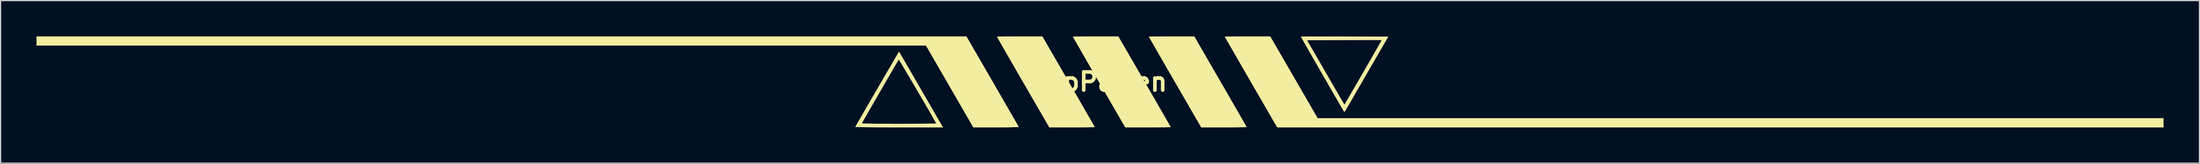
<source format=kicad_pcb>
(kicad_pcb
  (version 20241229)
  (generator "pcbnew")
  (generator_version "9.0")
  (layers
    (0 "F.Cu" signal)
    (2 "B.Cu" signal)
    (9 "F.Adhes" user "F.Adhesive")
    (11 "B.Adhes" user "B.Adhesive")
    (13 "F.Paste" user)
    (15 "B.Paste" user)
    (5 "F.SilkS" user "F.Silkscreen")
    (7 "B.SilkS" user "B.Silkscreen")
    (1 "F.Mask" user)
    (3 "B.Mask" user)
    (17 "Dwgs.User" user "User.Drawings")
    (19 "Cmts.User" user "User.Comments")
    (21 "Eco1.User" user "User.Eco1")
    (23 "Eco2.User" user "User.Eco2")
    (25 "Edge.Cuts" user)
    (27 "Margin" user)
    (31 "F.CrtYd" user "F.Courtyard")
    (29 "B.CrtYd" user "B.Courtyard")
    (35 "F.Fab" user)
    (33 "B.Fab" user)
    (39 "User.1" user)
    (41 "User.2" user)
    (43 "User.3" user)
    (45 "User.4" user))
  (footprint "TopPatten"
    (layer "F.Cu")
    (at 88.905 3.815)
    (property "Reference" "TopPatten" (at 0 0 0) (layer "F.SilkS") (effects (font (size 1.524 1.524) (thickness 0.3))))
    (attr through_hole)
    (fp_poly (pts (xy -8.972 -0.039) (xy -8.672 0.481) (xy -8.384 0.98) (xy -8.111 1.454) (xy -7.855 1.898) (xy -7.619 2.307) (xy -7.407 2.675) (xy -7.221 2.999) (xy -7.064 3.272) (xy -6.939 3.491) (xy -6.848 3.65) (xy -6.794 3.745) (xy -6.78 3.771) (xy -6.818 3.78) (xy -6.936 3.788) (xy -7.127 3.795) (xy -7.387 3.801) (xy -7.71 3.806) (xy -8.092 3.809) (xy -8.526 3.81) (xy -8.67 3.81) (xy -10.575 3.81) (xy -14.534 -3.048) (xy -88.9 -3.048) (xy -88.9 -3.81) (xy -11.15 -3.81) (xy -8.972 -0.039)) (stroke (width 0.01) (type solid)) (fill yes) (layer "F.SilkS"))
    (fp_poly (pts (xy 16.236 -0.381) (xy 18.216 3.048) (xy 88.942 3.048) (xy 88.942 3.81) (xy 14.832 3.81) (xy 12.644 0.022) (xy 12.344 -0.499) (xy 12.055 -0.999) (xy 11.782 -1.473) (xy 11.526 -1.917) (xy 11.291 -2.325) (xy 11.08 -2.694) (xy 10.894 -3.017) (xy 10.738 -3.29) (xy 10.613 -3.509) (xy 10.523 -3.668) (xy 10.47 -3.762) (xy 10.456 -3.788) (xy 10.497 -3.793) (xy 10.614 -3.797) (xy 10.799 -3.801) (xy 11.043 -3.804) (xy 11.338 -3.807) (xy 11.676 -3.809) (xy 12.047 -3.81) (xy 12.356 -3.81) (xy 14.255 -3.81) (xy 16.236 -0.381)) (stroke (width 0.01) (type solid)) (fill yes) (layer "F.SilkS"))
    (fp_poly (pts (xy -2.611 -0.022) (xy -2.311 0.499) (xy -2.022 0.999) (xy -1.749 1.473) (xy -1.493 1.917) (xy -1.258 2.325) (xy -1.047 2.694) (xy -0.861 3.017) (xy -0.705 3.29) (xy -0.58 3.509) (xy -0.49 3.668) (xy -0.437 3.762) (xy -0.423 3.788) (xy -0.464 3.793) (xy -0.581 3.797) (xy -0.766 3.801) (xy -1.01 3.804) (xy -1.305 3.807) (xy -1.643 3.809) (xy -2.014 3.81) (xy -2.323 3.81) (xy -4.222 3.81) (xy -6.408 0.026) (xy -6.709 -0.495) (xy -6.997 -0.994) (xy -7.27 -1.469) (xy -7.526 -1.913) (xy -7.76 -2.321) (xy -7.972 -2.689) (xy -8.157 -3.013) (xy -8.313 -3.286) (xy -8.438 -3.505) (xy -8.528 -3.664) (xy -8.58 -3.758) (xy -8.594 -3.784) (xy -8.553 -3.789) (xy -8.436 -3.794) (xy -8.251 -3.799) (xy -8.007 -3.803) (xy -7.712 -3.806) (xy -7.374 -3.808) (xy -7.003 -3.81) (xy -6.697 -3.81) (xy -4.799 -3.81) (xy -2.611 -0.022)) (stroke (width 0.01) (type solid)) (fill yes) (layer "F.SilkS"))
    (fp_poly (pts (xy 3.74 -0.023) (xy 4.04 0.498) (xy 4.329 0.998) (xy 4.602 1.472) (xy 4.857 1.916) (xy 5.092 2.324) (xy 5.304 2.693) (xy 5.489 3.016) (xy 5.646 3.289) (xy 5.77 3.508) (xy 5.86 3.667) (xy 5.913 3.761) (xy 5.927 3.787) (xy 5.886 3.792) (xy 5.769 3.796) (xy 5.584 3.8) (xy 5.34 3.804) (xy 5.045 3.806) (xy 4.707 3.808) (xy 4.336 3.81) (xy 4.028 3.81) (xy 2.128 3.81) (xy -0.058 0.024) (xy -0.358 -0.497) (xy -0.646 -0.997) (xy -0.92 -1.471) (xy -1.175 -1.915) (xy -1.41 -2.323) (xy -1.621 -2.692) (xy -1.807 -3.015) (xy -1.963 -3.289) (xy -2.088 -3.507) (xy -2.178 -3.666) (xy -2.23 -3.76) (xy -2.244 -3.786) (xy -2.203 -3.791) (xy -2.086 -3.796) (xy -1.901 -3.8) (xy -1.657 -3.803) (xy -1.362 -3.806) (xy -1.024 -3.808) (xy -0.653 -3.81) (xy -0.346 -3.81) (xy 1.553 -3.81) (xy 3.74 -0.023)) (stroke (width 0.01) (type solid)) (fill yes) (layer "F.SilkS"))
    (fp_poly (pts (xy 10.09 -0.024) (xy 10.391 0.496) (xy 10.679 0.996) (xy 10.952 1.471) (xy 11.208 1.915) (xy 11.443 2.323) (xy 11.654 2.691) (xy 11.84 3.015) (xy 11.996 3.288) (xy 12.121 3.507) (xy 12.211 3.666) (xy 12.263 3.76) (xy 12.277 3.786) (xy 12.236 3.791) (xy 12.119 3.796) (xy 11.934 3.8) (xy 11.69 3.803) (xy 11.395 3.806) (xy 11.057 3.808) (xy 10.686 3.81) (xy 10.379 3.81) (xy 8.48 3.81) (xy 6.293 0.023) (xy 5.993 -0.498) (xy 5.704 -0.998) (xy 5.431 -1.472) (xy 5.176 -1.916) (xy 4.941 -2.324) (xy 4.729 -2.693) (xy 4.544 -3.016) (xy 4.387 -3.289) (xy 4.263 -3.508) (xy 4.173 -3.667) (xy 4.12 -3.761) (xy 4.106 -3.787) (xy 4.147 -3.792) (xy 4.264 -3.796) (xy 4.449 -3.8) (xy 4.693 -3.804) (xy 4.988 -3.806) (xy 5.326 -3.808) (xy 5.697 -3.81) (xy 6.005 -3.81) (xy 7.904 -3.81) (xy 10.09 -0.024)) (stroke (width 0.01) (type solid)) (fill yes) (layer "F.SilkS"))
    (fp_poly (pts (xy 19.023 -3.803) (xy 19.523 -3.802) (xy 20.053 -3.801) (xy 20.477 -3.8) (xy 24.118 -3.789) (xy 22.429 -0.868) (xy 22.162 -0.405) (xy 21.904 0.042) (xy 21.659 0.466) (xy 21.43 0.861) (xy 21.222 1.222) (xy 21.038 1.542) (xy 20.88 1.814) (xy 20.754 2.034) (xy 20.662 2.194) (xy 20.608 2.289) (xy 20.6 2.302) (xy 20.527 2.421) (xy 20.469 2.497) (xy 20.437 2.515) (xy 20.437 2.514) (xy 20.348 2.364) (xy 20.228 2.158) (xy 20.08 1.904) (xy 19.907 1.606) (xy 19.714 1.272) (xy 19.504 0.907) (xy 19.28 0.519) (xy 19.047 0.114) (xy 18.808 -0.301) (xy 18.566 -0.721) (xy 18.327 -1.139) (xy 18.092 -1.549) (xy 17.866 -1.944) (xy 17.653 -2.317) (xy 17.455 -2.662) (xy 17.278 -2.974) (xy 17.124 -3.244) (xy 16.998 -3.468) (xy 16.984 -3.493) (xy 17.326 -3.493) (xy 18.855 -0.847) (xy 19.153 -0.331) (xy 19.412 0.117) (xy 19.634 0.501) (xy 19.822 0.826) (xy 19.979 1.097) (xy 20.108 1.319) (xy 20.212 1.497) (xy 20.293 1.635) (xy 20.354 1.739) (xy 20.398 1.812) (xy 20.428 1.861) (xy 20.447 1.889) (xy 20.458 1.902) (xy 20.463 1.904) (xy 20.466 1.901) (xy 20.468 1.897) (xy 20.491 1.859) (xy 20.553 1.754) (xy 20.65 1.587) (xy 20.78 1.363) (xy 20.938 1.09) (xy 21.122 0.772) (xy 21.329 0.415) (xy 21.554 0.026) (xy 21.795 -0.391) (xy 22.032 -0.8) (xy 22.283 -1.236) (xy 22.522 -1.651) (xy 22.745 -2.038) (xy 22.947 -2.393) (xy 23.127 -2.708) (xy 23.281 -2.979) (xy 23.405 -3.199) (xy 23.496 -3.363) (xy 23.551 -3.465) (xy 23.567 -3.499) (xy 23.523 -3.501) (xy 23.401 -3.503) (xy 23.208 -3.505) (xy 22.95 -3.506) (xy 22.634 -3.506) (xy 22.267 -3.507) (xy 21.854 -3.507) (xy 21.404 -3.506) (xy 20.923 -3.505) (xy 20.438 -3.503) (xy 17.326 -3.493) (xy 16.984 -3.493) (xy 16.902 -3.638) (xy 16.841 -3.749) (xy 16.818 -3.793) (xy 16.818 -3.793) (xy 16.862 -3.796) (xy 16.984 -3.798) (xy 17.179 -3.8) (xy 17.44 -3.801) (xy 17.761 -3.802) (xy 18.136 -3.803) (xy 18.559 -3.803) (xy 19.023 -3.803)) (stroke (width 0.01) (type solid)) (fill yes) (layer "F.SilkS"))
    (fp_poly (pts (xy -16.76 -2.492) (xy -16.699 -2.387) (xy -16.601 -2.219) (xy -16.471 -1.995) (xy -16.311 -1.718) (xy -16.125 -1.396) (xy -15.915 -1.034) (xy -15.685 -0.636) (xy -15.438 -0.209) (xy -15.177 0.243) (xy -15.048 0.466) (xy -14.779 0.932) (xy -14.52 1.38) (xy -14.275 1.804) (xy -14.047 2.198) (xy -13.84 2.557) (xy -13.657 2.875) (xy -13.5 3.145) (xy -13.375 3.362) (xy -13.284 3.519) (xy -13.23 3.612) (xy -13.22 3.63) (xy -13.115 3.81) (xy -16.785 3.81) (xy -17.334 3.81) (xy -17.857 3.808) (xy -18.35 3.807) (xy -18.805 3.804) (xy -19.217 3.801) (xy -19.579 3.798) (xy -19.886 3.794) (xy -20.132 3.789) (xy -20.309 3.785) (xy -20.414 3.779) (xy -20.44 3.775) (xy -20.415 3.729) (xy -20.352 3.617) (xy -20.255 3.448) (xy -19.88 3.448) (xy -19.879 3.46) (xy -19.861 3.471) (xy -19.821 3.48) (xy -19.753 3.488) (xy -19.652 3.495) (xy -19.512 3.5) (xy -19.328 3.504) (xy -19.094 3.508) (xy -18.805 3.51) (xy -18.455 3.512) (xy -18.039 3.513) (xy -17.551 3.513) (xy -16.985 3.514) (xy -16.79 3.514) (xy -16.284 3.513) (xy -15.805 3.512) (xy -15.357 3.511) (xy -14.948 3.509) (xy -14.584 3.507) (xy -14.272 3.504) (xy -14.018 3.501) (xy -13.829 3.498) (xy -13.712 3.494) (xy -13.674 3.49) (xy -13.694 3.445) (xy -13.754 3.335) (xy -13.847 3.167) (xy -13.972 2.948) (xy -14.122 2.684) (xy -14.295 2.383) (xy -14.486 2.052) (xy -14.692 1.698) (xy -14.907 1.327) (xy -15.129 0.946) (xy -15.353 0.564) (xy -15.575 0.185) (xy -15.79 -0.182) (xy -15.996 -0.53) (xy -16.187 -0.854) (xy -16.36 -1.145) (xy -16.511 -1.397) (xy -16.635 -1.603) (xy -16.729 -1.755) (xy -16.789 -1.848) (xy -16.809 -1.875) (xy -16.836 -1.832) (xy -16.9 -1.724) (xy -16.999 -1.556) (xy -17.127 -1.337) (xy -17.281 -1.072) (xy -17.457 -0.77) (xy -17.649 -0.437) (xy -17.856 -0.081) (xy -18.071 0.292) (xy -18.292 0.674) (xy -18.513 1.058) (xy -18.732 1.437) (xy -18.943 1.804) (xy -19.143 2.151) (xy -19.327 2.473) (xy -19.492 2.76) (xy -19.633 3.007) (xy -19.746 3.206) (xy -19.827 3.35) (xy -19.873 3.432) (xy -19.88 3.448) (xy -20.255 3.448) (xy -20.254 3.445) (xy -20.125 3.221) (xy -19.969 2.95) (xy -19.79 2.64) (xy -19.591 2.295) (xy -19.376 1.924) (xy -19.149 1.532) (xy -18.914 1.125) (xy -18.674 0.711) (xy -18.433 0.296) (xy -18.194 -0.115) (xy -17.963 -0.514) (xy -17.741 -0.895) (xy -17.533 -1.251) (xy -17.344 -1.577) (xy -17.175 -1.865) (xy -17.032 -2.11) (xy -16.918 -2.305) (xy -16.836 -2.443) (xy -16.791 -2.518) (xy -16.783 -2.53) (xy -16.76 -2.492)) (stroke (width 0.01) (type solid)) (fill yes) (layer "F.SilkS")))
  (gr_rect
    (start -3 -3)
    (end 180.852 10.63)
    (stroke (width 0.1) (type default))
    (fill no)
    (layer "Edge.Cuts")))
</source>
